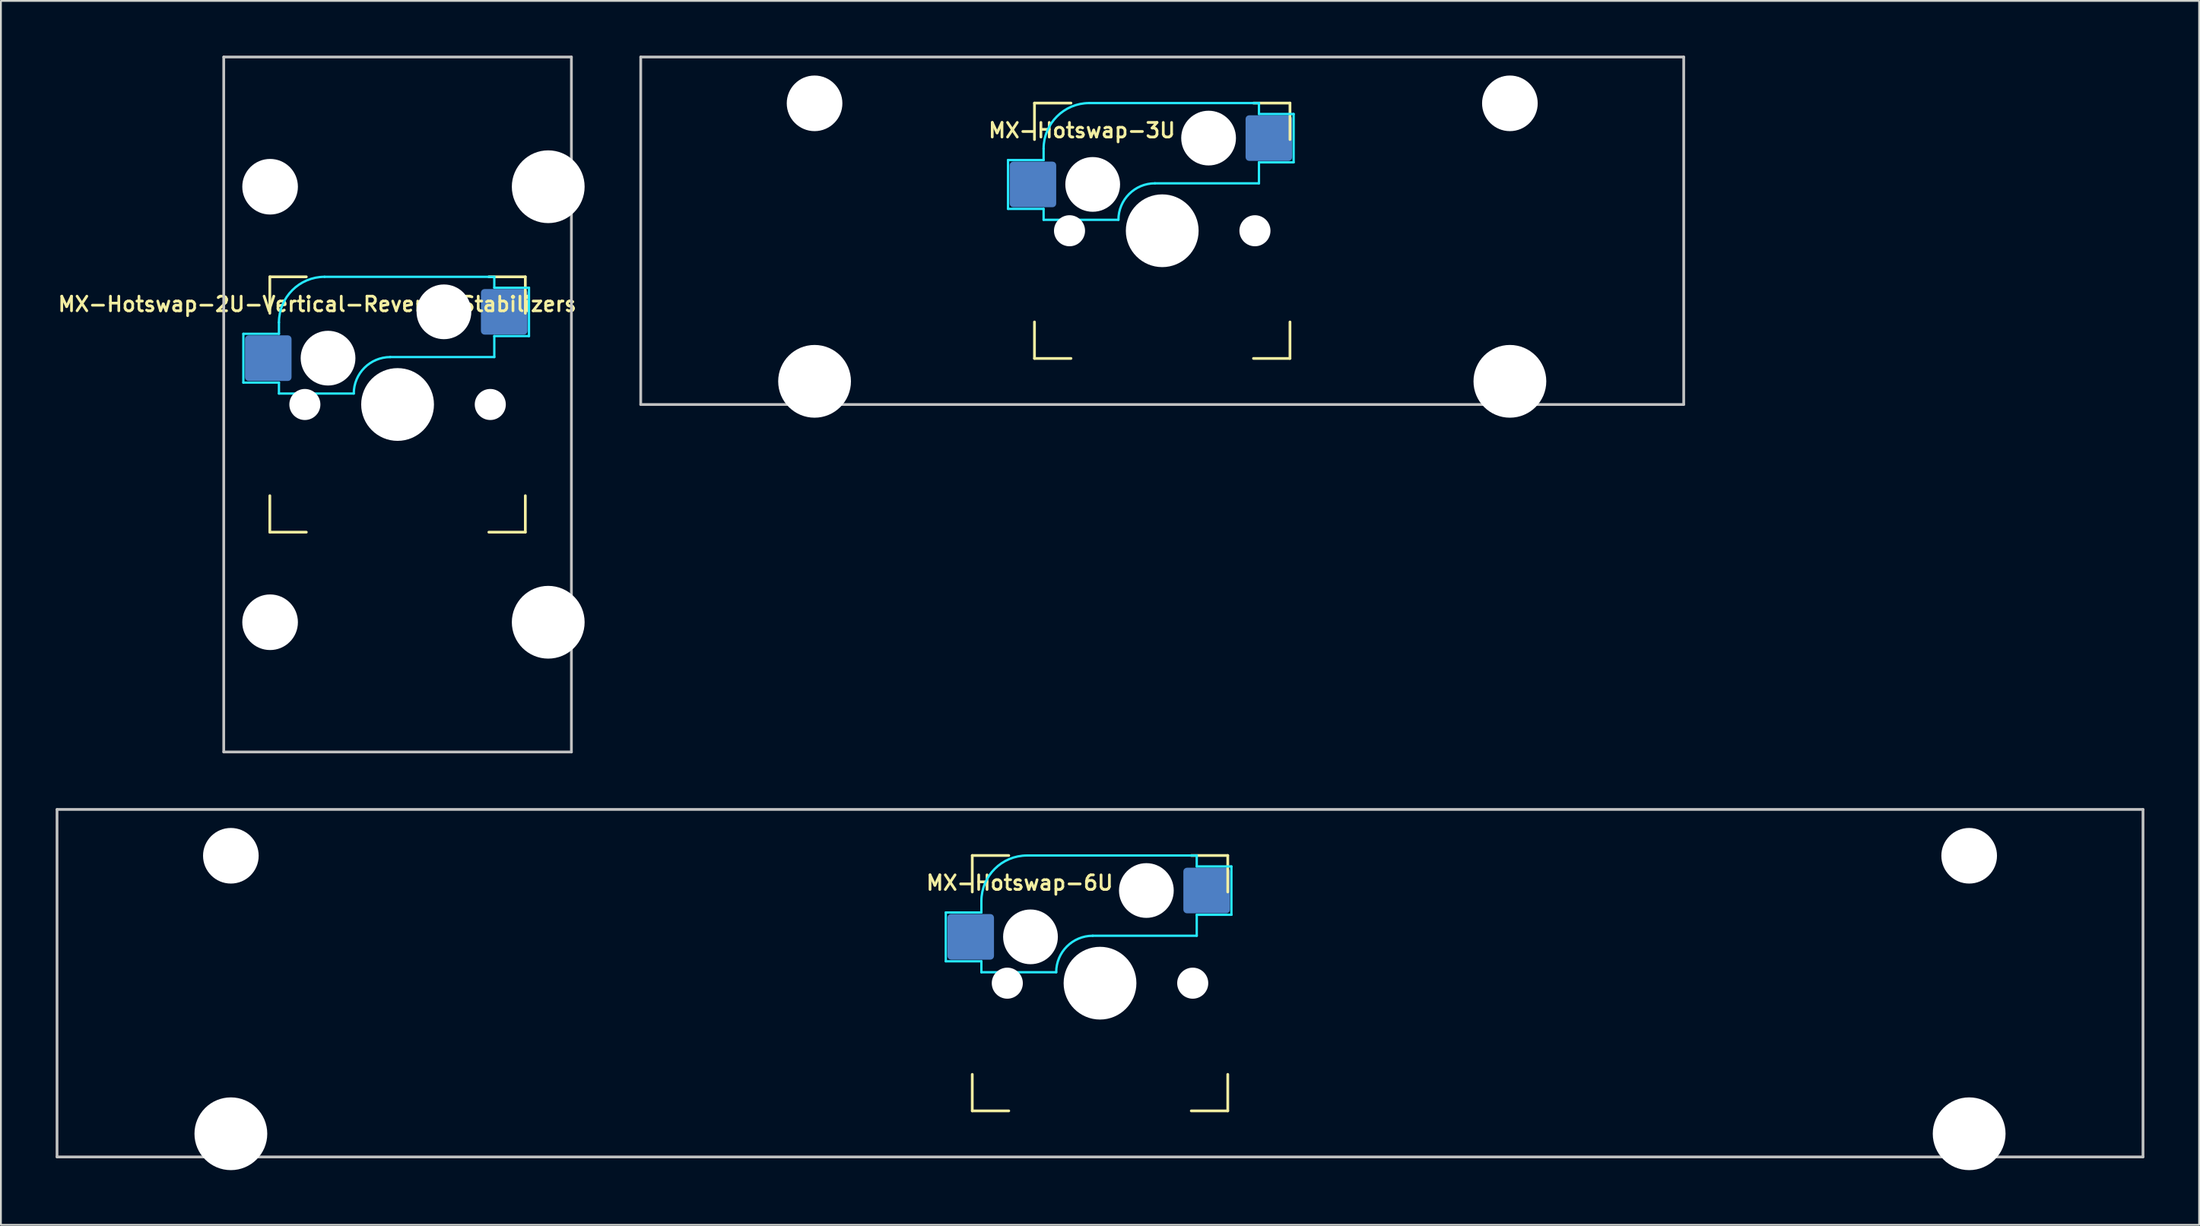
<source format=kicad_pcb>
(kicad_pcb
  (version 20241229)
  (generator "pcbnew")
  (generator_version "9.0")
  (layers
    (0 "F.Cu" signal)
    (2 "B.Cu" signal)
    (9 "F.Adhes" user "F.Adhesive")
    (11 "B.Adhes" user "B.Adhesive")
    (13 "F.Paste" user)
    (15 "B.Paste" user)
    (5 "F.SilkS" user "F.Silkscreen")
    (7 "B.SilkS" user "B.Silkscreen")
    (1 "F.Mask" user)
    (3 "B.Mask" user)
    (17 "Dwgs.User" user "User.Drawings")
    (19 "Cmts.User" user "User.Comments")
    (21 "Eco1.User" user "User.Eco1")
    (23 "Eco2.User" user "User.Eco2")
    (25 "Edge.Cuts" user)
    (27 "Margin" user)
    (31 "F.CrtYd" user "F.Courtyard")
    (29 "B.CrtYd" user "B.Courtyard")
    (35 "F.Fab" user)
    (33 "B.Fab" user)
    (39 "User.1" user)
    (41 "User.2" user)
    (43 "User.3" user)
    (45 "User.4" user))
  (footprint "MX-Hotswap-3U"
    (layer "F.Cu")
    (at 60.634 9.6)
    (property "Reference" "MX-Hotswap-3U" (at -4.4 -5.5 0) (layer "F.SilkS") (effects (font (size 0.8 0.8) (thickness 0.15))))
    (attr smd)
    (fp_line (start -7 -7) (end -7 -5) (stroke (width 0.15) (type solid)) (layer "F.SilkS"))
    (fp_line (start -7 5) (end -7 7) (stroke (width 0.15) (type solid)) (layer "F.SilkS"))
    (fp_line (start -7 7) (end -5 7) (stroke (width 0.15) (type solid)) (layer "F.SilkS"))
    (fp_line (start -5 -7) (end -7 -7) (stroke (width 0.15) (type solid)) (layer "F.SilkS"))
    (fp_line (start 5 -7) (end 7 -7) (stroke (width 0.15) (type solid)) (layer "F.SilkS"))
    (fp_line (start 5 7) (end 7 7) (stroke (width 0.15) (type solid)) (layer "F.SilkS"))
    (fp_line (start 7 -7) (end 7 -5) (stroke (width 0.15) (type solid)) (layer "F.SilkS"))
    (fp_line (start 7 7) (end 7 5) (stroke (width 0.15) (type solid)) (layer "F.SilkS"))
    (fp_line (start -28.575 9.525) (end -28.575 -9.525) (stroke (width 0.15) (type solid)) (layer "Dwgs.User"))
    (fp_line (start 28.575 -9.525) (end -28.575 -9.525) (stroke (width 0.15) (type solid)) (layer "Dwgs.User"))
    (fp_line (start 28.575 9.525) (end -28.575 9.525) (stroke (width 0.15) (type solid)) (layer "Dwgs.User"))
    (fp_line (start 28.575 9.525) (end 28.575 -9.525) (stroke (width 0.15) (type solid)) (layer "Dwgs.User"))
    (fp_line (start -8.45 -3.875) (end -8.45 -1.2) (stroke (width 0.127) (type solid)) (layer "B.CrtYd"))
    (fp_line (start -8.45 -1.2) (end -6.5 -1.2) (stroke (width 0.127) (type solid)) (layer "B.CrtYd"))
    (fp_line (start -6.5 -4.5) (end -6.5 -3.875) (stroke (width 0.127) (type solid)) (layer "B.CrtYd"))
    (fp_line (start -6.5 -3.875) (end -8.45 -3.875) (stroke (width 0.127) (type solid)) (layer "B.CrtYd"))
    (fp_line (start -6.5 -0.6) (end -6.5 -1.2) (stroke (width 0.127) (type solid)) (layer "B.CrtYd"))
    (fp_line (start -6.5 -0.6) (end -2.4 -0.6) (stroke (width 0.127) (type solid)) (layer "B.CrtYd"))
    (fp_line (start -0.4 -2.6) (end 5.3 -2.6) (stroke (width 0.127) (type solid)) (layer "B.CrtYd"))
    (fp_line (start 5.3 -7) (end -4 -7) (stroke (width 0.127) (type solid)) (layer "B.CrtYd"))
    (fp_line (start 5.3 -7) (end 5.3 -6.4) (stroke (width 0.127) (type solid)) (layer "B.CrtYd"))
    (fp_line (start 5.3 -6.4) (end 7.2 -6.4) (stroke (width 0.127) (type solid)) (layer "B.CrtYd"))
    (fp_line (start 5.3 -2.6) (end 5.3 -3.75) (stroke (width 0.127) (type solid)) (layer "B.CrtYd"))
    (fp_line (start 7.2 -6.4) (end 7.2 -3.75) (stroke (width 0.127) (type solid)) (layer "B.CrtYd"))
    (fp_line (start 7.2 -3.75) (end 5.3 -3.75) (stroke (width 0.127) (type solid)) (layer "B.CrtYd"))
    (fp_arc (start -6.5 -4.5) (mid -5.767767 -6.267767) (end -4 -7) (stroke (width 0.127) (type solid)) (layer "B.CrtYd"))
    (fp_arc (start -2.4 -0.6) (mid -1.814214 -2.014214) (end -0.4 -2.6) (stroke (width 0.127) (type solid)) (layer "B.CrtYd"))
    (pad "" np_thru_hole circle (at -19.05 -6.985) (size 3.048 3.048) (drill 3.048) (layers "*.Cu" "*.Mask"))
    (pad "" np_thru_hole circle (at -19.05 8.255) (size 3.988 3.988) (drill 3.988) (layers "*.Cu" "*.Mask"))
    (pad "" np_thru_hole circle (at -5.08 0 48.099) (size 1.702 1.702) (drill 1.702) (layers "*.Cu" "*.Mask"))
    (pad "" np_thru_hole circle (at -3.81 -2.54) (size 3 3) (drill 3) (layers "*.Cu" "*.Mask"))
    (pad "" np_thru_hole circle (at 0 0) (size 3.988 3.988) (drill 3.988) (layers "*.Cu" "*.Mask"))
    (pad "" np_thru_hole circle (at 2.54 -5.08) (size 3 3) (drill 3) (layers "*.Cu" "*.Mask"))
    (pad "" np_thru_hole circle (at 5.08 0 48.099) (size 1.702 1.702) (drill 1.702) (layers "*.Cu" "*.Mask"))
    (pad "" np_thru_hole circle (at 19.05 -6.985) (size 3.048 3.048) (drill 3.048) (layers "*.Cu" "*.Mask"))
    (pad "" np_thru_hole circle (at 19.05 8.255) (size 3.988 3.988) (drill 3.988) (layers "*.Cu" "*.Mask"))
    (pad "1" smd roundrect (at -7.085 -2.54) (size 2.55 2.5) (layers "B.Cu" "B.Mask" "B.Paste") (roundrect_rratio 0.08))
    (pad "2" smd roundrect (at 5.842 -5.08) (size 2.55 2.5) (layers "B.Cu" "B.Mask" "B.Paste") (roundrect_rratio 0.08)))
  (footprint "MX-Hotswap-6U"
    (layer "F.Cu")
    (at 57.225 50.85)
    (property "Reference" "MX-Hotswap-6U" (at -4.4 -5.5 0) (layer "F.SilkS") (effects (font (size 0.8 0.8) (thickness 0.15))))
    (attr smd)
    (fp_line (start -7 -7) (end -7 -5) (stroke (width 0.15) (type solid)) (layer "F.SilkS"))
    (fp_line (start -7 5) (end -7 7) (stroke (width 0.15) (type solid)) (layer "F.SilkS"))
    (fp_line (start -7 7) (end -5 7) (stroke (width 0.15) (type solid)) (layer "F.SilkS"))
    (fp_line (start -5 -7) (end -7 -7) (stroke (width 0.15) (type solid)) (layer "F.SilkS"))
    (fp_line (start 5 -7) (end 7 -7) (stroke (width 0.15) (type solid)) (layer "F.SilkS"))
    (fp_line (start 5 7) (end 7 7) (stroke (width 0.15) (type solid)) (layer "F.SilkS"))
    (fp_line (start 7 -7) (end 7 -5) (stroke (width 0.15) (type solid)) (layer "F.SilkS"))
    (fp_line (start 7 7) (end 7 5) (stroke (width 0.15) (type solid)) (layer "F.SilkS"))
    (fp_line (start -57.15 9.525) (end -57.15 -9.525) (stroke (width 0.15) (type solid)) (layer "Dwgs.User"))
    (fp_line (start 57.15 -9.525) (end -57.15 -9.525) (stroke (width 0.15) (type solid)) (layer "Dwgs.User"))
    (fp_line (start 57.15 9.525) (end -57.15 9.525) (stroke (width 0.15) (type solid)) (layer "Dwgs.User"))
    (fp_line (start 57.15 9.525) (end 57.15 -9.525) (stroke (width 0.15) (type solid)) (layer "Dwgs.User"))
    (fp_line (start -8.45 -3.875) (end -8.45 -1.2) (stroke (width 0.127) (type solid)) (layer "B.CrtYd"))
    (fp_line (start -8.45 -1.2) (end -6.5 -1.2) (stroke (width 0.127) (type solid)) (layer "B.CrtYd"))
    (fp_line (start -6.5 -4.5) (end -6.5 -3.875) (stroke (width 0.127) (type solid)) (layer "B.CrtYd"))
    (fp_line (start -6.5 -3.875) (end -8.45 -3.875) (stroke (width 0.127) (type solid)) (layer "B.CrtYd"))
    (fp_line (start -6.5 -0.6) (end -6.5 -1.2) (stroke (width 0.127) (type solid)) (layer "B.CrtYd"))
    (fp_line (start -6.5 -0.6) (end -2.4 -0.6) (stroke (width 0.127) (type solid)) (layer "B.CrtYd"))
    (fp_line (start -0.4 -2.6) (end 5.3 -2.6) (stroke (width 0.127) (type solid)) (layer "B.CrtYd"))
    (fp_line (start 5.3 -7) (end -4 -7) (stroke (width 0.127) (type solid)) (layer "B.CrtYd"))
    (fp_line (start 5.3 -7) (end 5.3 -6.4) (stroke (width 0.127) (type solid)) (layer "B.CrtYd"))
    (fp_line (start 5.3 -6.4) (end 7.2 -6.4) (stroke (width 0.127) (type solid)) (layer "B.CrtYd"))
    (fp_line (start 5.3 -2.6) (end 5.3 -3.75) (stroke (width 0.127) (type solid)) (layer "B.CrtYd"))
    (fp_line (start 7.2 -6.4) (end 7.2 -3.75) (stroke (width 0.127) (type solid)) (layer "B.CrtYd"))
    (fp_line (start 7.2 -3.75) (end 5.3 -3.75) (stroke (width 0.127) (type solid)) (layer "B.CrtYd"))
    (fp_arc (start -6.5 -4.5) (mid -5.767767 -6.267767) (end -4 -7) (stroke (width 0.127) (type solid)) (layer "B.CrtYd"))
    (fp_arc (start -2.4 -0.6) (mid -1.814214 -2.014214) (end -0.4 -2.6) (stroke (width 0.127) (type solid)) (layer "B.CrtYd"))
    (pad "" np_thru_hole circle (at -47.625 -6.985) (size 3.048 3.048) (drill 3.048) (layers "*.Cu" "*.Mask"))
    (pad "" np_thru_hole circle (at -47.625 8.255) (size 3.988 3.988) (drill 3.988) (layers "*.Cu" "*.Mask"))
    (pad "" np_thru_hole circle (at -5.08 0 48.099) (size 1.702 1.702) (drill 1.702) (layers "*.Cu" "*.Mask"))
    (pad "" np_thru_hole circle (at -3.81 -2.54) (size 3 3) (drill 3) (layers "*.Cu" "*.Mask"))
    (pad "" np_thru_hole circle (at 0 0) (size 3.988 3.988) (drill 3.988) (layers "*.Cu" "*.Mask"))
    (pad "" np_thru_hole circle (at 2.54 -5.08) (size 3 3) (drill 3) (layers "*.Cu" "*.Mask"))
    (pad "" np_thru_hole circle (at 5.08 0 48.099) (size 1.702 1.702) (drill 1.702) (layers "*.Cu" "*.Mask"))
    (pad "" np_thru_hole circle (at 47.625 -6.985) (size 3.048 3.048) (drill 3.048) (layers "*.Cu" "*.Mask"))
    (pad "" np_thru_hole circle (at 47.625 8.255) (size 3.988 3.988) (drill 3.988) (layers "*.Cu" "*.Mask"))
    (pad "1" smd roundrect (at -7.085 -2.54) (size 2.55 2.5) (layers "B.Cu" "B.Mask" "B.Paste") (roundrect_rratio 0.08))
    (pad "2" smd roundrect (at 5.842 -5.08) (size 2.55 2.5) (layers "B.Cu" "B.Mask" "B.Paste") (roundrect_rratio 0.08)))
  (footprint "MX-Hotswap-2U-Vertical-ReversedStabilizers"
    (layer "F.Cu")
    (at 18.735 19.125)
    (property "Reference" "MX-Hotswap-2U-Vertical-ReversedStabilizers" (at -4.4 -5.5 0) (layer "F.SilkS") (effects (font (size 0.8 0.8) (thickness 0.15))))
    (attr smd)
    (fp_line (start -7 -7) (end -7 -5) (stroke (width 0.15) (type solid)) (layer "F.SilkS"))
    (fp_line (start -7 5) (end -7 7) (stroke (width 0.15) (type solid)) (layer "F.SilkS"))
    (fp_line (start -7 7) (end -5 7) (stroke (width 0.15) (type solid)) (layer "F.SilkS"))
    (fp_line (start -5 -7) (end -7 -7) (stroke (width 0.15) (type solid)) (layer "F.SilkS"))
    (fp_line (start 5 -7) (end 7 -7) (stroke (width 0.15) (type solid)) (layer "F.SilkS"))
    (fp_line (start 5 7) (end 7 7) (stroke (width 0.15) (type solid)) (layer "F.SilkS"))
    (fp_line (start 7 -7) (end 7 -5) (stroke (width 0.15) (type solid)) (layer "F.SilkS"))
    (fp_line (start 7 7) (end 7 5) (stroke (width 0.15) (type solid)) (layer "F.SilkS"))
    (fp_line (start -9.525 19.05) (end -9.525 -19.05) (stroke (width 0.15) (type solid)) (layer "Dwgs.User"))
    (fp_line (start 9.525 -19.05) (end -9.525 -19.05) (stroke (width 0.15) (type solid)) (layer "Dwgs.User"))
    (fp_line (start 9.525 19.05) (end -9.525 19.05) (stroke (width 0.15) (type solid)) (layer "Dwgs.User"))
    (fp_line (start 9.525 19.05) (end 9.525 -19.05) (stroke (width 0.15) (type solid)) (layer "Dwgs.User"))
    (fp_line (start -8.45 -3.875) (end -8.45 -1.2) (stroke (width 0.127) (type solid)) (layer "B.CrtYd"))
    (fp_line (start -8.45 -1.2) (end -6.5 -1.2) (stroke (width 0.127) (type solid)) (layer "B.CrtYd"))
    (fp_line (start -6.5 -4.5) (end -6.5 -3.875) (stroke (width 0.127) (type solid)) (layer "B.CrtYd"))
    (fp_line (start -6.5 -3.875) (end -8.45 -3.875) (stroke (width 0.127) (type solid)) (layer "B.CrtYd"))
    (fp_line (start -6.5 -0.6) (end -6.5 -1.2) (stroke (width 0.127) (type solid)) (layer "B.CrtYd"))
    (fp_line (start -6.5 -0.6) (end -2.4 -0.6) (stroke (width 0.127) (type solid)) (layer "B.CrtYd"))
    (fp_line (start -0.4 -2.6) (end 5.3 -2.6) (stroke (width 0.127) (type solid)) (layer "B.CrtYd"))
    (fp_line (start 5.3 -7) (end -4 -7) (stroke (width 0.127) (type solid)) (layer "B.CrtYd"))
    (fp_line (start 5.3 -7) (end 5.3 -6.4) (stroke (width 0.127) (type solid)) (layer "B.CrtYd"))
    (fp_line (start 5.3 -6.4) (end 7.2 -6.4) (stroke (width 0.127) (type solid)) (layer "B.CrtYd"))
    (fp_line (start 5.3 -2.6) (end 5.3 -3.75) (stroke (width 0.127) (type solid)) (layer "B.CrtYd"))
    (fp_line (start 7.2 -6.4) (end 7.2 -3.75) (stroke (width 0.127) (type solid)) (layer "B.CrtYd"))
    (fp_line (start 7.2 -3.75) (end 5.3 -3.75) (stroke (width 0.127) (type solid)) (layer "B.CrtYd"))
    (fp_arc (start -6.5 -4.5) (mid -5.767767 -6.267767) (end -4 -7) (stroke (width 0.127) (type solid)) (layer "B.CrtYd"))
    (fp_arc (start -2.4 -0.6) (mid -1.814214 -2.014214) (end -0.4 -2.6) (stroke (width 0.127) (type solid)) (layer "B.CrtYd"))
    (pad "" np_thru_hole circle (at -6.985 -11.938) (size 3.048 3.048) (drill 3.048) (layers "*.Cu" "*.Mask"))
    (pad "" np_thru_hole circle (at -6.985 11.938) (size 3.048 3.048) (drill 3.048) (layers "*.Cu" "*.Mask"))
    (pad "" np_thru_hole circle (at -5.08 0 48.099) (size 1.702 1.702) (drill 1.702) (layers "*.Cu" "*.Mask"))
    (pad "" np_thru_hole circle (at -3.81 -2.54) (size 3 3) (drill 3) (layers "*.Cu" "*.Mask"))
    (pad "" np_thru_hole circle (at 0 0) (size 3.988 3.988) (drill 3.988) (layers "*.Cu" "*.Mask"))
    (pad "" np_thru_hole circle (at 2.54 -5.08) (size 3 3) (drill 3) (layers "*.Cu" "*.Mask"))
    (pad "" np_thru_hole circle (at 5.08 0 48.099) (size 1.702 1.702) (drill 1.702) (layers "*.Cu" "*.Mask"))
    (pad "" np_thru_hole circle (at 8.255 -11.938) (size 3.988 3.988) (drill 3.988) (layers "*.Cu" "*.Mask"))
    (pad "" np_thru_hole circle (at 8.255 11.938) (size 3.988 3.988) (drill 3.988) (layers "*.Cu" "*.Mask"))
    (pad "1" smd roundrect (at -7.085 -2.54) (size 2.55 2.5) (layers "B.Cu" "B.Mask" "B.Paste") (roundrect_rratio 0.08))
    (pad "2" smd roundrect (at 5.842 -5.08) (size 2.55 2.5) (layers "B.Cu" "B.Mask" "B.Paste") (roundrect_rratio 0.08)))
  (gr_rect
    (start -3 -3)
    (end 117.45 64.099)
    (stroke (width 0.1) (type default))
    (fill no)
    (layer "Edge.Cuts")))
</source>
